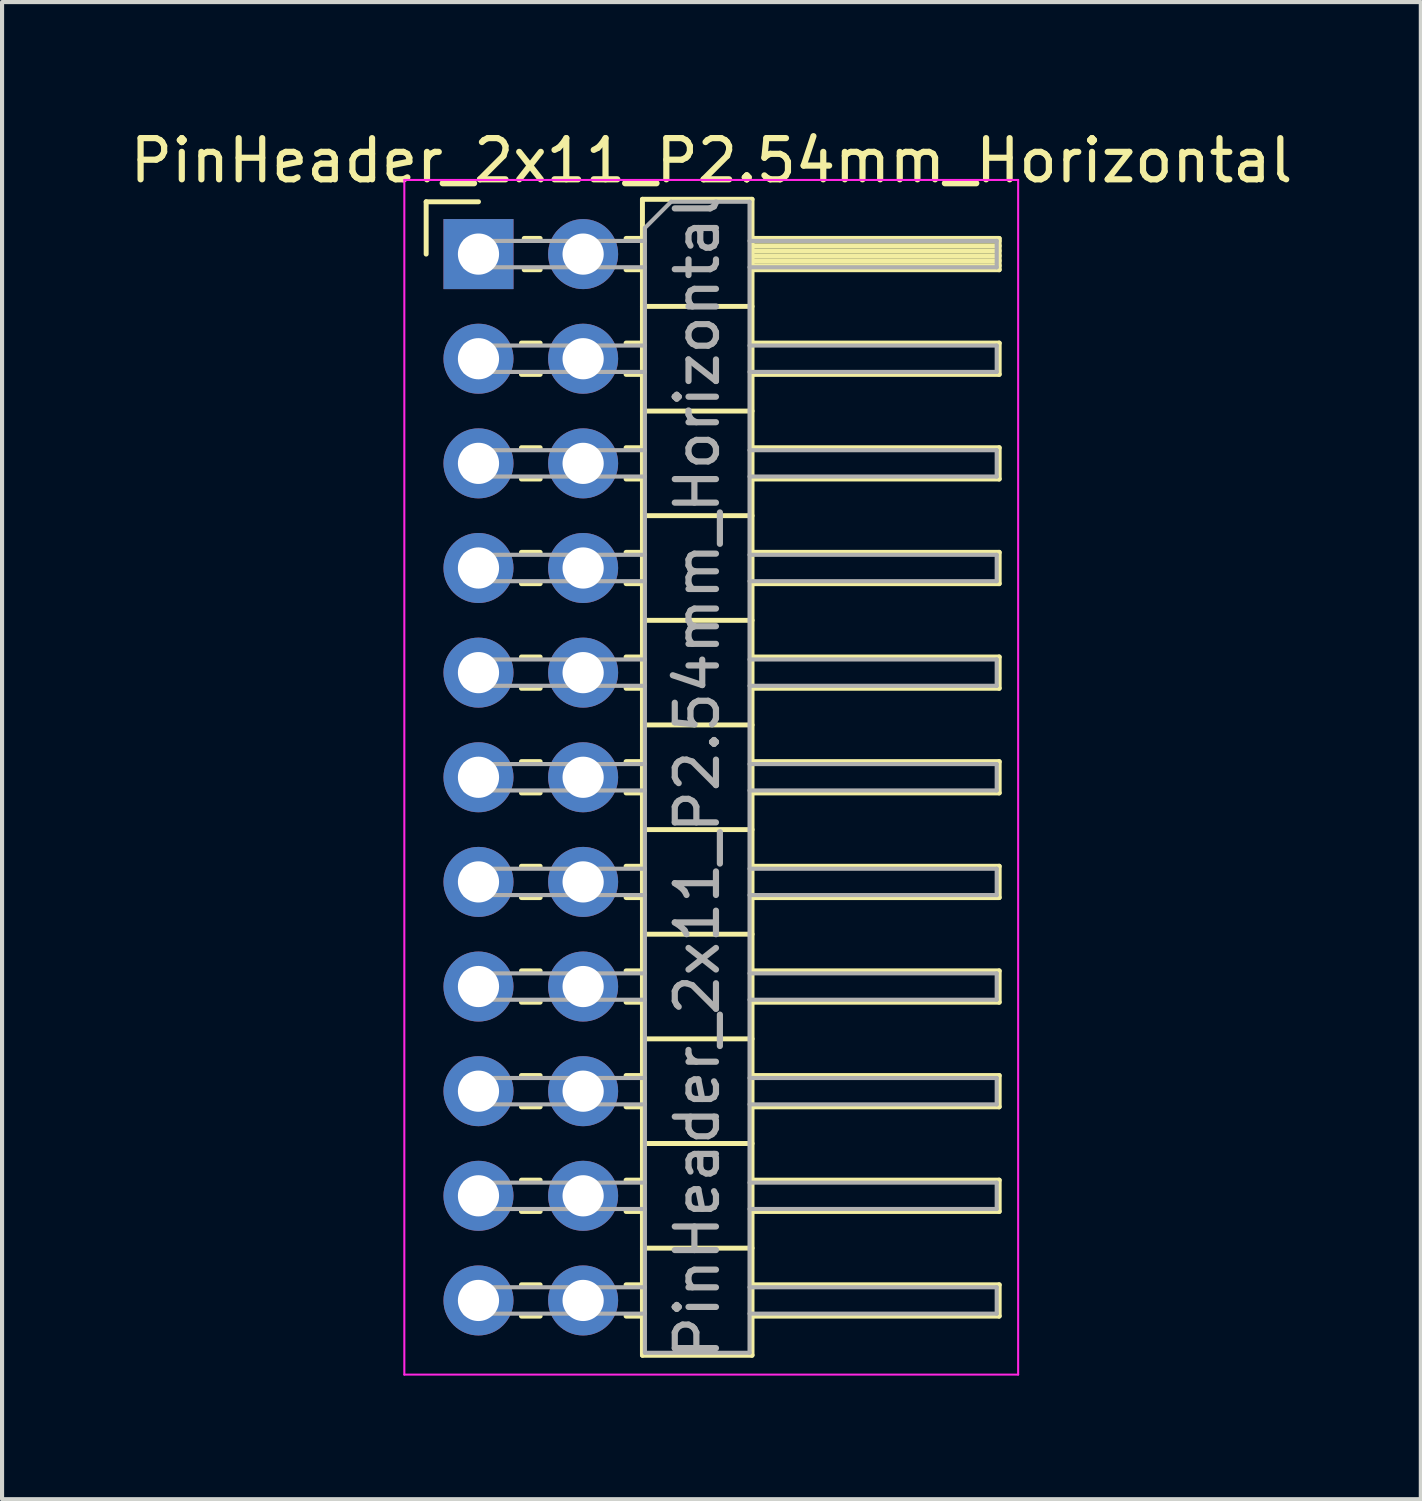
<source format=kicad_pcb>
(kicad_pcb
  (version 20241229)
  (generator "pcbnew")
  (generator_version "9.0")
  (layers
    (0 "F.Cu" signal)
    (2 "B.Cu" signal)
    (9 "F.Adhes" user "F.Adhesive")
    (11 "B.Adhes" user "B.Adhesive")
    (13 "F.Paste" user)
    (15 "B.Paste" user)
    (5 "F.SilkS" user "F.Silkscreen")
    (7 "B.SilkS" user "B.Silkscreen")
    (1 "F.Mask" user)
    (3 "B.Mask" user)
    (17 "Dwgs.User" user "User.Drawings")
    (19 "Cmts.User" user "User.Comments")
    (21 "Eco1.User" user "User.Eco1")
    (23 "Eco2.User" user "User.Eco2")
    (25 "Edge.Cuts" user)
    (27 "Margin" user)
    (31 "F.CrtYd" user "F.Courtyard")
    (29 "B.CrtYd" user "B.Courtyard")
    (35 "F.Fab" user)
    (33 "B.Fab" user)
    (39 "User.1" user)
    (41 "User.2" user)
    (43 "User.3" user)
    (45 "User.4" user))
  (footprint "PinHeader_2x11_P2.54mm_Horizontal"
    (layer "F.Cu")
    (at 8.565 3.118)
    (property "Reference" "PinHeader_2x11_P2.54mm_Horizontal" (at 5.655 -2.27 180) (layer "F.SilkS") (effects (font (size 1 1) (thickness 0.15))))
    (attr through_hole)
    (fp_line (start -1.27 -1.27) (end 0 -1.27) (stroke (width 0.12) (type solid)) (layer "F.SilkS"))
    (fp_line (start -1.27 0) (end -1.27 -1.27) (stroke (width 0.12) (type solid)) (layer "F.SilkS"))
    (fp_line (start 1.043 2.16) (end 1.497 2.16) (stroke (width 0.12) (type solid)) (layer "F.SilkS"))
    (fp_line (start 1.043 2.92) (end 1.497 2.92) (stroke (width 0.12) (type solid)) (layer "F.SilkS"))
    (fp_line (start 1.043 4.7) (end 1.497 4.7) (stroke (width 0.12) (type solid)) (layer "F.SilkS"))
    (fp_line (start 1.043 5.46) (end 1.497 5.46) (stroke (width 0.12) (type solid)) (layer "F.SilkS"))
    (fp_line (start 1.043 7.24) (end 1.497 7.24) (stroke (width 0.12) (type solid)) (layer "F.SilkS"))
    (fp_line (start 1.043 8) (end 1.497 8) (stroke (width 0.12) (type solid)) (layer "F.SilkS"))
    (fp_line (start 1.043 9.78) (end 1.497 9.78) (stroke (width 0.12) (type solid)) (layer "F.SilkS"))
    (fp_line (start 1.043 10.54) (end 1.497 10.54) (stroke (width 0.12) (type solid)) (layer "F.SilkS"))
    (fp_line (start 1.043 12.32) (end 1.497 12.32) (stroke (width 0.12) (type solid)) (layer "F.SilkS"))
    (fp_line (start 1.043 13.08) (end 1.497 13.08) (stroke (width 0.12) (type solid)) (layer "F.SilkS"))
    (fp_line (start 1.043 14.86) (end 1.497 14.86) (stroke (width 0.12) (type solid)) (layer "F.SilkS"))
    (fp_line (start 1.043 15.62) (end 1.497 15.62) (stroke (width 0.12) (type solid)) (layer "F.SilkS"))
    (fp_line (start 1.043 17.4) (end 1.497 17.4) (stroke (width 0.12) (type solid)) (layer "F.SilkS"))
    (fp_line (start 1.043 18.16) (end 1.497 18.16) (stroke (width 0.12) (type solid)) (layer "F.SilkS"))
    (fp_line (start 1.043 19.94) (end 1.497 19.94) (stroke (width 0.12) (type solid)) (layer "F.SilkS"))
    (fp_line (start 1.043 20.7) (end 1.497 20.7) (stroke (width 0.12) (type solid)) (layer "F.SilkS"))
    (fp_line (start 1.043 22.48) (end 1.497 22.48) (stroke (width 0.12) (type solid)) (layer "F.SilkS"))
    (fp_line (start 1.043 23.24) (end 1.497 23.24) (stroke (width 0.12) (type solid)) (layer "F.SilkS"))
    (fp_line (start 1.043 25.02) (end 1.497 25.02) (stroke (width 0.12) (type solid)) (layer "F.SilkS"))
    (fp_line (start 1.043 25.78) (end 1.497 25.78) (stroke (width 0.12) (type solid)) (layer "F.SilkS"))
    (fp_line (start 1.11 -0.38) (end 1.497 -0.38) (stroke (width 0.12) (type solid)) (layer "F.SilkS"))
    (fp_line (start 1.11 0.38) (end 1.497 0.38) (stroke (width 0.12) (type solid)) (layer "F.SilkS"))
    (fp_line (start 3.583 -0.38) (end 3.98 -0.38) (stroke (width 0.12) (type solid)) (layer "F.SilkS"))
    (fp_line (start 3.583 0.38) (end 3.98 0.38) (stroke (width 0.12) (type solid)) (layer "F.SilkS"))
    (fp_line (start 3.583 2.16) (end 3.98 2.16) (stroke (width 0.12) (type solid)) (layer "F.SilkS"))
    (fp_line (start 3.583 2.92) (end 3.98 2.92) (stroke (width 0.12) (type solid)) (layer "F.SilkS"))
    (fp_line (start 3.583 4.7) (end 3.98 4.7) (stroke (width 0.12) (type solid)) (layer "F.SilkS"))
    (fp_line (start 3.583 5.46) (end 3.98 5.46) (stroke (width 0.12) (type solid)) (layer "F.SilkS"))
    (fp_line (start 3.583 7.24) (end 3.98 7.24) (stroke (width 0.12) (type solid)) (layer "F.SilkS"))
    (fp_line (start 3.583 8) (end 3.98 8) (stroke (width 0.12) (type solid)) (layer "F.SilkS"))
    (fp_line (start 3.583 9.78) (end 3.98 9.78) (stroke (width 0.12) (type solid)) (layer "F.SilkS"))
    (fp_line (start 3.583 10.54) (end 3.98 10.54) (stroke (width 0.12) (type solid)) (layer "F.SilkS"))
    (fp_line (start 3.583 12.32) (end 3.98 12.32) (stroke (width 0.12) (type solid)) (layer "F.SilkS"))
    (fp_line (start 3.583 13.08) (end 3.98 13.08) (stroke (width 0.12) (type solid)) (layer "F.SilkS"))
    (fp_line (start 3.583 14.86) (end 3.98 14.86) (stroke (width 0.12) (type solid)) (layer "F.SilkS"))
    (fp_line (start 3.583 15.62) (end 3.98 15.62) (stroke (width 0.12) (type solid)) (layer "F.SilkS"))
    (fp_line (start 3.583 17.4) (end 3.98 17.4) (stroke (width 0.12) (type solid)) (layer "F.SilkS"))
    (fp_line (start 3.583 18.16) (end 3.98 18.16) (stroke (width 0.12) (type solid)) (layer "F.SilkS"))
    (fp_line (start 3.583 19.94) (end 3.98 19.94) (stroke (width 0.12) (type solid)) (layer "F.SilkS"))
    (fp_line (start 3.583 20.7) (end 3.98 20.7) (stroke (width 0.12) (type solid)) (layer "F.SilkS"))
    (fp_line (start 3.583 22.48) (end 3.98 22.48) (stroke (width 0.12) (type solid)) (layer "F.SilkS"))
    (fp_line (start 3.583 23.24) (end 3.98 23.24) (stroke (width 0.12) (type solid)) (layer "F.SilkS"))
    (fp_line (start 3.583 25.02) (end 3.98 25.02) (stroke (width 0.12) (type solid)) (layer "F.SilkS"))
    (fp_line (start 3.583 25.78) (end 3.98 25.78) (stroke (width 0.12) (type solid)) (layer "F.SilkS"))
    (fp_line (start 3.98 -1.33) (end 3.98 26.73) (stroke (width 0.12) (type solid)) (layer "F.SilkS"))
    (fp_line (start 3.98 1.27) (end 6.64 1.27) (stroke (width 0.12) (type solid)) (layer "F.SilkS"))
    (fp_line (start 3.98 3.81) (end 6.64 3.81) (stroke (width 0.12) (type solid)) (layer "F.SilkS"))
    (fp_line (start 3.98 6.35) (end 6.64 6.35) (stroke (width 0.12) (type solid)) (layer "F.SilkS"))
    (fp_line (start 3.98 8.89) (end 6.64 8.89) (stroke (width 0.12) (type solid)) (layer "F.SilkS"))
    (fp_line (start 3.98 11.43) (end 6.64 11.43) (stroke (width 0.12) (type solid)) (layer "F.SilkS"))
    (fp_line (start 3.98 13.97) (end 6.64 13.97) (stroke (width 0.12) (type solid)) (layer "F.SilkS"))
    (fp_line (start 3.98 16.51) (end 6.64 16.51) (stroke (width 0.12) (type solid)) (layer "F.SilkS"))
    (fp_line (start 3.98 19.05) (end 6.64 19.05) (stroke (width 0.12) (type solid)) (layer "F.SilkS"))
    (fp_line (start 3.98 21.59) (end 6.64 21.59) (stroke (width 0.12) (type solid)) (layer "F.SilkS"))
    (fp_line (start 3.98 24.13) (end 6.64 24.13) (stroke (width 0.12) (type solid)) (layer "F.SilkS"))
    (fp_line (start 3.98 26.73) (end 6.64 26.73) (stroke (width 0.12) (type solid)) (layer "F.SilkS"))
    (fp_line (start 6.64 -1.33) (end 3.98 -1.33) (stroke (width 0.12) (type solid)) (layer "F.SilkS"))
    (fp_line (start 6.64 -0.38) (end 12.64 -0.38) (stroke (width 0.12) (type solid)) (layer "F.SilkS"))
    (fp_line (start 6.64 -0.32) (end 12.64 -0.32) (stroke (width 0.12) (type solid)) (layer "F.SilkS"))
    (fp_line (start 6.64 -0.2) (end 12.64 -0.2) (stroke (width 0.12) (type solid)) (layer "F.SilkS"))
    (fp_line (start 6.64 -0.08) (end 12.64 -0.08) (stroke (width 0.12) (type solid)) (layer "F.SilkS"))
    (fp_line (start 6.64 0.04) (end 12.64 0.04) (stroke (width 0.12) (type solid)) (layer "F.SilkS"))
    (fp_line (start 6.64 0.16) (end 12.64 0.16) (stroke (width 0.12) (type solid)) (layer "F.SilkS"))
    (fp_line (start 6.64 0.28) (end 12.64 0.28) (stroke (width 0.12) (type solid)) (layer "F.SilkS"))
    (fp_line (start 6.64 2.16) (end 12.64 2.16) (stroke (width 0.12) (type solid)) (layer "F.SilkS"))
    (fp_line (start 6.64 4.7) (end 12.64 4.7) (stroke (width 0.12) (type solid)) (layer "F.SilkS"))
    (fp_line (start 6.64 7.24) (end 12.64 7.24) (stroke (width 0.12) (type solid)) (layer "F.SilkS"))
    (fp_line (start 6.64 9.78) (end 12.64 9.78) (stroke (width 0.12) (type solid)) (layer "F.SilkS"))
    (fp_line (start 6.64 12.32) (end 12.64 12.32) (stroke (width 0.12) (type solid)) (layer "F.SilkS"))
    (fp_line (start 6.64 14.86) (end 12.64 14.86) (stroke (width 0.12) (type solid)) (layer "F.SilkS"))
    (fp_line (start 6.64 17.4) (end 12.64 17.4) (stroke (width 0.12) (type solid)) (layer "F.SilkS"))
    (fp_line (start 6.64 19.94) (end 12.64 19.94) (stroke (width 0.12) (type solid)) (layer "F.SilkS"))
    (fp_line (start 6.64 22.48) (end 12.64 22.48) (stroke (width 0.12) (type solid)) (layer "F.SilkS"))
    (fp_line (start 6.64 25.02) (end 12.64 25.02) (stroke (width 0.12) (type solid)) (layer "F.SilkS"))
    (fp_line (start 6.64 26.73) (end 6.64 -1.33) (stroke (width 0.12) (type solid)) (layer "F.SilkS"))
    (fp_line (start 12.64 -0.38) (end 12.64 0.38) (stroke (width 0.12) (type solid)) (layer "F.SilkS"))
    (fp_line (start 12.64 0.38) (end 6.64 0.38) (stroke (width 0.12) (type solid)) (layer "F.SilkS"))
    (fp_line (start 12.64 2.16) (end 12.64 2.92) (stroke (width 0.12) (type solid)) (layer "F.SilkS"))
    (fp_line (start 12.64 2.92) (end 6.64 2.92) (stroke (width 0.12) (type solid)) (layer "F.SilkS"))
    (fp_line (start 12.64 4.7) (end 12.64 5.46) (stroke (width 0.12) (type solid)) (layer "F.SilkS"))
    (fp_line (start 12.64 5.46) (end 6.64 5.46) (stroke (width 0.12) (type solid)) (layer "F.SilkS"))
    (fp_line (start 12.64 7.24) (end 12.64 8) (stroke (width 0.12) (type solid)) (layer "F.SilkS"))
    (fp_line (start 12.64 8) (end 6.64 8) (stroke (width 0.12) (type solid)) (layer "F.SilkS"))
    (fp_line (start 12.64 9.78) (end 12.64 10.54) (stroke (width 0.12) (type solid)) (layer "F.SilkS"))
    (fp_line (start 12.64 10.54) (end 6.64 10.54) (stroke (width 0.12) (type solid)) (layer "F.SilkS"))
    (fp_line (start 12.64 12.32) (end 12.64 13.08) (stroke (width 0.12) (type solid)) (layer "F.SilkS"))
    (fp_line (start 12.64 13.08) (end 6.64 13.08) (stroke (width 0.12) (type solid)) (layer "F.SilkS"))
    (fp_line (start 12.64 14.86) (end 12.64 15.62) (stroke (width 0.12) (type solid)) (layer "F.SilkS"))
    (fp_line (start 12.64 15.62) (end 6.64 15.62) (stroke (width 0.12) (type solid)) (layer "F.SilkS"))
    (fp_line (start 12.64 17.4) (end 12.64 18.16) (stroke (width 0.12) (type solid)) (layer "F.SilkS"))
    (fp_line (start 12.64 18.16) (end 6.64 18.16) (stroke (width 0.12) (type solid)) (layer "F.SilkS"))
    (fp_line (start 12.64 19.94) (end 12.64 20.7) (stroke (width 0.12) (type solid)) (layer "F.SilkS"))
    (fp_line (start 12.64 20.7) (end 6.64 20.7) (stroke (width 0.12) (type solid)) (layer "F.SilkS"))
    (fp_line (start 12.64 22.48) (end 12.64 23.24) (stroke (width 0.12) (type solid)) (layer "F.SilkS"))
    (fp_line (start 12.64 23.24) (end 6.64 23.24) (stroke (width 0.12) (type solid)) (layer "F.SilkS"))
    (fp_line (start 12.64 25.02) (end 12.64 25.78) (stroke (width 0.12) (type solid)) (layer "F.SilkS"))
    (fp_line (start 12.64 25.78) (end 6.64 25.78) (stroke (width 0.12) (type solid)) (layer "F.SilkS"))
    (fp_line (start -1.8 -1.8) (end -1.8 27.2) (stroke (width 0.05) (type solid)) (layer "F.CrtYd"))
    (fp_line (start -1.8 27.2) (end 13.1 27.2) (stroke (width 0.05) (type solid)) (layer "F.CrtYd"))
    (fp_line (start 13.1 -1.8) (end -1.8 -1.8) (stroke (width 0.05) (type solid)) (layer "F.CrtYd"))
    (fp_line (start 13.1 27.2) (end 13.1 -1.8) (stroke (width 0.05) (type solid)) (layer "F.CrtYd"))
    (fp_line (start -0.32 -0.32) (end -0.32 0.32) (stroke (width 0.1) (type solid)) (layer "F.Fab"))
    (fp_line (start -0.32 -0.32) (end 4.04 -0.32) (stroke (width 0.1) (type solid)) (layer "F.Fab"))
    (fp_line (start -0.32 0.32) (end 4.04 0.32) (stroke (width 0.1) (type solid)) (layer "F.Fab"))
    (fp_line (start -0.32 2.22) (end -0.32 2.86) (stroke (width 0.1) (type solid)) (layer "F.Fab"))
    (fp_line (start -0.32 2.22) (end 4.04 2.22) (stroke (width 0.1) (type solid)) (layer "F.Fab"))
    (fp_line (start -0.32 2.86) (end 4.04 2.86) (stroke (width 0.1) (type solid)) (layer "F.Fab"))
    (fp_line (start -0.32 4.76) (end -0.32 5.4) (stroke (width 0.1) (type solid)) (layer "F.Fab"))
    (fp_line (start -0.32 4.76) (end 4.04 4.76) (stroke (width 0.1) (type solid)) (layer "F.Fab"))
    (fp_line (start -0.32 5.4) (end 4.04 5.4) (stroke (width 0.1) (type solid)) (layer "F.Fab"))
    (fp_line (start -0.32 7.3) (end -0.32 7.94) (stroke (width 0.1) (type solid)) (layer "F.Fab"))
    (fp_line (start -0.32 7.3) (end 4.04 7.3) (stroke (width 0.1) (type solid)) (layer "F.Fab"))
    (fp_line (start -0.32 7.94) (end 4.04 7.94) (stroke (width 0.1) (type solid)) (layer "F.Fab"))
    (fp_line (start -0.32 9.84) (end -0.32 10.48) (stroke (width 0.1) (type solid)) (layer "F.Fab"))
    (fp_line (start -0.32 9.84) (end 4.04 9.84) (stroke (width 0.1) (type solid)) (layer "F.Fab"))
    (fp_line (start -0.32 10.48) (end 4.04 10.48) (stroke (width 0.1) (type solid)) (layer "F.Fab"))
    (fp_line (start -0.32 12.38) (end -0.32 13.02) (stroke (width 0.1) (type solid)) (layer "F.Fab"))
    (fp_line (start -0.32 12.38) (end 4.04 12.38) (stroke (width 0.1) (type solid)) (layer "F.Fab"))
    (fp_line (start -0.32 13.02) (end 4.04 13.02) (stroke (width 0.1) (type solid)) (layer "F.Fab"))
    (fp_line (start -0.32 14.92) (end -0.32 15.56) (stroke (width 0.1) (type solid)) (layer "F.Fab"))
    (fp_line (start -0.32 14.92) (end 4.04 14.92) (stroke (width 0.1) (type solid)) (layer "F.Fab"))
    (fp_line (start -0.32 15.56) (end 4.04 15.56) (stroke (width 0.1) (type solid)) (layer "F.Fab"))
    (fp_line (start -0.32 17.46) (end -0.32 18.1) (stroke (width 0.1) (type solid)) (layer "F.Fab"))
    (fp_line (start -0.32 17.46) (end 4.04 17.46) (stroke (width 0.1) (type solid)) (layer "F.Fab"))
    (fp_line (start -0.32 18.1) (end 4.04 18.1) (stroke (width 0.1) (type solid)) (layer "F.Fab"))
    (fp_line (start -0.32 20) (end -0.32 20.64) (stroke (width 0.1) (type solid)) (layer "F.Fab"))
    (fp_line (start -0.32 20) (end 4.04 20) (stroke (width 0.1) (type solid)) (layer "F.Fab"))
    (fp_line (start -0.32 20.64) (end 4.04 20.64) (stroke (width 0.1) (type solid)) (layer "F.Fab"))
    (fp_line (start -0.32 22.54) (end -0.32 23.18) (stroke (width 0.1) (type solid)) (layer "F.Fab"))
    (fp_line (start -0.32 22.54) (end 4.04 22.54) (stroke (width 0.1) (type solid)) (layer "F.Fab"))
    (fp_line (start -0.32 23.18) (end 4.04 23.18) (stroke (width 0.1) (type solid)) (layer "F.Fab"))
    (fp_line (start -0.32 25.08) (end -0.32 25.72) (stroke (width 0.1) (type solid)) (layer "F.Fab"))
    (fp_line (start -0.32 25.08) (end 4.04 25.08) (stroke (width 0.1) (type solid)) (layer "F.Fab"))
    (fp_line (start -0.32 25.72) (end 4.04 25.72) (stroke (width 0.1) (type solid)) (layer "F.Fab"))
    (fp_line (start 4.04 -0.635) (end 4.675 -1.27) (stroke (width 0.1) (type solid)) (layer "F.Fab"))
    (fp_line (start 4.04 26.67) (end 4.04 -0.635) (stroke (width 0.1) (type solid)) (layer "F.Fab"))
    (fp_line (start 4.675 -1.27) (end 6.58 -1.27) (stroke (width 0.1) (type solid)) (layer "F.Fab"))
    (fp_line (start 6.58 -1.27) (end 6.58 26.67) (stroke (width 0.1) (type solid)) (layer "F.Fab"))
    (fp_line (start 6.58 -0.32) (end 12.58 -0.32) (stroke (width 0.1) (type solid)) (layer "F.Fab"))
    (fp_line (start 6.58 0.32) (end 12.58 0.32) (stroke (width 0.1) (type solid)) (layer "F.Fab"))
    (fp_line (start 6.58 2.22) (end 12.58 2.22) (stroke (width 0.1) (type solid)) (layer "F.Fab"))
    (fp_line (start 6.58 2.86) (end 12.58 2.86) (stroke (width 0.1) (type solid)) (layer "F.Fab"))
    (fp_line (start 6.58 4.76) (end 12.58 4.76) (stroke (width 0.1) (type solid)) (layer "F.Fab"))
    (fp_line (start 6.58 5.4) (end 12.58 5.4) (stroke (width 0.1) (type solid)) (layer "F.Fab"))
    (fp_line (start 6.58 7.3) (end 12.58 7.3) (stroke (width 0.1) (type solid)) (layer "F.Fab"))
    (fp_line (start 6.58 7.94) (end 12.58 7.94) (stroke (width 0.1) (type solid)) (layer "F.Fab"))
    (fp_line (start 6.58 9.84) (end 12.58 9.84) (stroke (width 0.1) (type solid)) (layer "F.Fab"))
    (fp_line (start 6.58 10.48) (end 12.58 10.48) (stroke (width 0.1) (type solid)) (layer "F.Fab"))
    (fp_line (start 6.58 12.38) (end 12.58 12.38) (stroke (width 0.1) (type solid)) (layer "F.Fab"))
    (fp_line (start 6.58 13.02) (end 12.58 13.02) (stroke (width 0.1) (type solid)) (layer "F.Fab"))
    (fp_line (start 6.58 14.92) (end 12.58 14.92) (stroke (width 0.1) (type solid)) (layer "F.Fab"))
    (fp_line (start 6.58 15.56) (end 12.58 15.56) (stroke (width 0.1) (type solid)) (layer "F.Fab"))
    (fp_line (start 6.58 17.46) (end 12.58 17.46) (stroke (width 0.1) (type solid)) (layer "F.Fab"))
    (fp_line (start 6.58 18.1) (end 12.58 18.1) (stroke (width 0.1) (type solid)) (layer "F.Fab"))
    (fp_line (start 6.58 20) (end 12.58 20) (stroke (width 0.1) (type solid)) (layer "F.Fab"))
    (fp_line (start 6.58 20.64) (end 12.58 20.64) (stroke (width 0.1) (type solid)) (layer "F.Fab"))
    (fp_line (start 6.58 22.54) (end 12.58 22.54) (stroke (width 0.1) (type solid)) (layer "F.Fab"))
    (fp_line (start 6.58 23.18) (end 12.58 23.18) (stroke (width 0.1) (type solid)) (layer "F.Fab"))
    (fp_line (start 6.58 25.08) (end 12.58 25.08) (stroke (width 0.1) (type solid)) (layer "F.Fab"))
    (fp_line (start 6.58 25.72) (end 12.58 25.72) (stroke (width 0.1) (type solid)) (layer "F.Fab"))
    (fp_line (start 6.58 26.67) (end 4.04 26.67) (stroke (width 0.1) (type solid)) (layer "F.Fab"))
    (fp_line (start 12.58 -0.32) (end 12.58 0.32) (stroke (width 0.1) (type solid)) (layer "F.Fab"))
    (fp_line (start 12.58 2.22) (end 12.58 2.86) (stroke (width 0.1) (type solid)) (layer "F.Fab"))
    (fp_line (start 12.58 4.76) (end 12.58 5.4) (stroke (width 0.1) (type solid)) (layer "F.Fab"))
    (fp_line (start 12.58 7.3) (end 12.58 7.94) (stroke (width 0.1) (type solid)) (layer "F.Fab"))
    (fp_line (start 12.58 9.84) (end 12.58 10.48) (stroke (width 0.1) (type solid)) (layer "F.Fab"))
    (fp_line (start 12.58 12.38) (end 12.58 13.02) (stroke (width 0.1) (type solid)) (layer "F.Fab"))
    (fp_line (start 12.58 14.92) (end 12.58 15.56) (stroke (width 0.1) (type solid)) (layer "F.Fab"))
    (fp_line (start 12.58 17.46) (end 12.58 18.1) (stroke (width 0.1) (type solid)) (layer "F.Fab"))
    (fp_line (start 12.58 20) (end 12.58 20.64) (stroke (width 0.1) (type solid)) (layer "F.Fab"))
    (fp_line (start 12.58 22.54) (end 12.58 23.18) (stroke (width 0.1) (type solid)) (layer "F.Fab"))
    (fp_line (start 12.58 25.08) (end 12.58 25.72) (stroke (width 0.1) (type solid)) (layer "F.Fab"))
    (fp_text user "${REFERENCE}" (at 5.31 12.7 90) (layer "F.Fab") (effects (font (size 1 1) (thickness 0.15))))
    (pad "1" thru_hole rect (at 0 0) (size 1.7 1.7) (drill 1) (layers "*.Cu" "*.Mask"))
    (pad "2" thru_hole oval (at 2.54 0) (size 1.7 1.7) (drill 1) (layers "*.Cu" "*.Mask"))
    (pad "3" thru_hole oval (at 0 2.54) (size 1.7 1.7) (drill 1) (layers "*.Cu" "*.Mask"))
    (pad "4" thru_hole oval (at 2.54 2.54) (size 1.7 1.7) (drill 1) (layers "*.Cu" "*.Mask"))
    (pad "5" thru_hole oval (at 0 5.08) (size 1.7 1.7) (drill 1) (layers "*.Cu" "*.Mask"))
    (pad "6" thru_hole oval (at 2.54 5.08) (size 1.7 1.7) (drill 1) (layers "*.Cu" "*.Mask"))
    (pad "7" thru_hole oval (at 0 7.62) (size 1.7 1.7) (drill 1) (layers "*.Cu" "*.Mask"))
    (pad "8" thru_hole oval (at 2.54 7.62) (size 1.7 1.7) (drill 1) (layers "*.Cu" "*.Mask"))
    (pad "9" thru_hole oval (at 0 10.16) (size 1.7 1.7) (drill 1) (layers "*.Cu" "*.Mask"))
    (pad "10" thru_hole oval (at 2.54 10.16) (size 1.7 1.7) (drill 1) (layers "*.Cu" "*.Mask"))
    (pad "11" thru_hole oval (at 0 12.7) (size 1.7 1.7) (drill 1) (layers "*.Cu" "*.Mask"))
    (pad "12" thru_hole oval (at 2.54 12.7) (size 1.7 1.7) (drill 1) (layers "*.Cu" "*.Mask"))
    (pad "13" thru_hole oval (at 0 15.24) (size 1.7 1.7) (drill 1) (layers "*.Cu" "*.Mask"))
    (pad "14" thru_hole oval (at 2.54 15.24) (size 1.7 1.7) (drill 1) (layers "*.Cu" "*.Mask"))
    (pad "15" thru_hole oval (at 0 17.78) (size 1.7 1.7) (drill 1) (layers "*.Cu" "*.Mask"))
    (pad "16" thru_hole oval (at 2.54 17.78) (size 1.7 1.7) (drill 1) (layers "*.Cu" "*.Mask"))
    (pad "17" thru_hole oval (at 0 20.32) (size 1.7 1.7) (drill 1) (layers "*.Cu" "*.Mask"))
    (pad "18" thru_hole oval (at 2.54 20.32) (size 1.7 1.7) (drill 1) (layers "*.Cu" "*.Mask"))
    (pad "19" thru_hole oval (at 0 22.86) (size 1.7 1.7) (drill 1) (layers "*.Cu" "*.Mask"))
    (pad "20" thru_hole oval (at 2.54 22.86) (size 1.7 1.7) (drill 1) (layers "*.Cu" "*.Mask"))
    (pad "21" thru_hole oval (at 0 25.4) (size 1.7 1.7) (drill 1) (layers "*.Cu" "*.Mask"))
    (pad "22" thru_hole oval (at 2.54 25.4) (size 1.7 1.7) (drill 1) (layers "*.Cu" "*.Mask")))
  (gr_rect
    (start -3 -3)
    (end 31.44 33.343)
    (stroke (width 0.1) (type default))
    (fill no)
    (layer "Edge.Cuts")))
</source>
